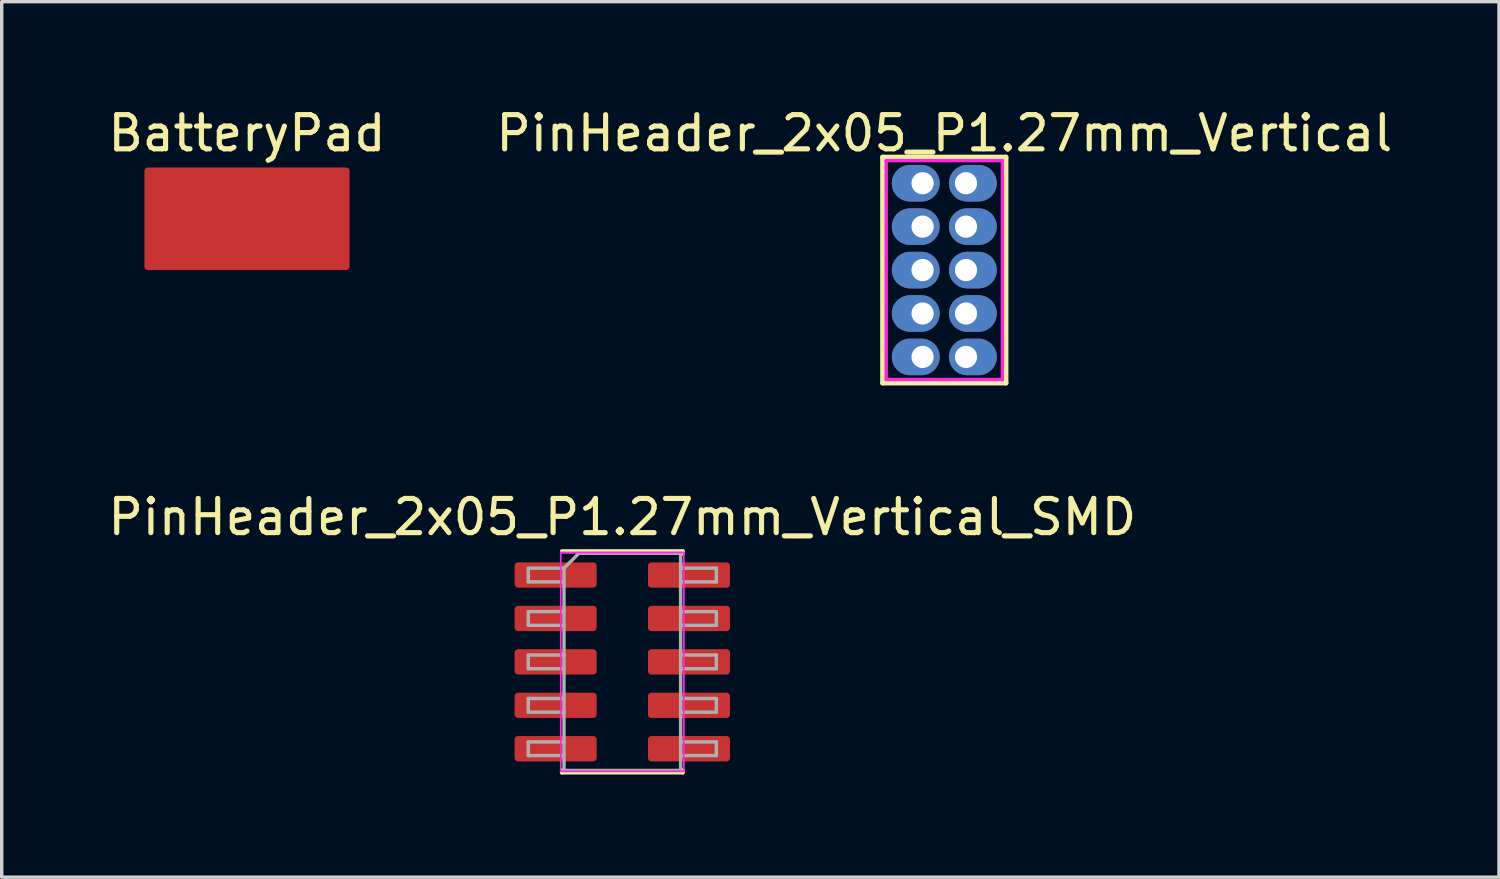
<source format=kicad_pcb>
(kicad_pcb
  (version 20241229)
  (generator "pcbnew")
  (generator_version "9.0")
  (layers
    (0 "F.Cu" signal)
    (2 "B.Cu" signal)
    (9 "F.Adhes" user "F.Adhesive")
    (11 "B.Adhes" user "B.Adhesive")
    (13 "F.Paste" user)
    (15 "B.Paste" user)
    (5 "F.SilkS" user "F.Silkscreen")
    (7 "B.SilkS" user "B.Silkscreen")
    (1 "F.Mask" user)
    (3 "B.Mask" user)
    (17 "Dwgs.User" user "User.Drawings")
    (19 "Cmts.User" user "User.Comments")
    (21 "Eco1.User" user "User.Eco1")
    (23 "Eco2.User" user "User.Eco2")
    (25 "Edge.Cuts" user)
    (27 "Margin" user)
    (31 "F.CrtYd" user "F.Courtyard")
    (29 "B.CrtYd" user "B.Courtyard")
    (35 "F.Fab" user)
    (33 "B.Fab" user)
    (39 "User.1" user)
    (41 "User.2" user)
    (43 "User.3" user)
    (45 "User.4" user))
  (footprint "PinHeader_2x05_P1.27mm_Vertical"
    (layer "F.Cu")
    (at 24.565 4.848)
    (property "Reference" "PinHeader_2x05_P1.27mm_Vertical" (at 0 -4 0) (layer "F.SilkS") (effects (font (size 1 1) (thickness 0.15))))
    (attr through_hole)
    (fp_line (start -1.8 -3.3) (end 1.8 -3.3) (stroke (width 0.15) (type solid)) (layer "F.SilkS"))
    (fp_line (start -1.8 3.3) (end -1.8 -3.3) (stroke (width 0.15) (type solid)) (layer "F.SilkS"))
    (fp_line (start 1.8 -3.3) (end 1.8 3.3) (stroke (width 0.15) (type solid)) (layer "F.SilkS"))
    (fp_line (start 1.8 3.3) (end -1.8 3.3) (stroke (width 0.15) (type solid)) (layer "F.SilkS"))
    (fp_line (start -1.7 -3.2) (end -1.7 3.2) (stroke (width 0.1) (type solid)) (layer "F.CrtYd"))
    (fp_line (start -1.7 3.2) (end 1.7 3.2) (stroke (width 0.1) (type solid)) (layer "F.CrtYd"))
    (fp_line (start 1.7 -3.2) (end -1.7 -3.2) (stroke (width 0.1) (type solid)) (layer "F.CrtYd"))
    (fp_line (start 1.7 3.2) (end 1.7 -3.2) (stroke (width 0.1) (type solid)) (layer "F.CrtYd"))
    (pad "1" thru_hole oval (at -0.635 -2.54) (size 1.4 1.07) (drill 0.65 (offset -0.2 0)) (layers "*.Cu" "*.Mask"))
    (pad "2" thru_hole oval (at 0.635 -2.54) (size 1.4 1.07) (drill 0.65 (offset 0.2 0)) (layers "*.Cu" "*.Mask"))
    (pad "3" thru_hole oval (at -0.635 -1.27) (size 1.4 1.07) (drill 0.65 (offset -0.2 0)) (layers "*.Cu" "*.Mask"))
    (pad "4" thru_hole oval (at 0.635 -1.27) (size 1.4 1.07) (drill 0.65 (offset 0.2 0)) (layers "*.Cu" "*.Mask"))
    (pad "5" thru_hole oval (at -0.635 0) (size 1.4 1.07) (drill 0.65 (offset -0.2 0)) (layers "*.Cu" "*.Mask"))
    (pad "6" thru_hole oval (at 0.635 0) (size 1.4 1.07) (drill 0.65 (offset 0.2 0)) (layers "*.Cu" "*.Mask"))
    (pad "7" thru_hole oval (at -0.635 1.27) (size 1.4 1.07) (drill 0.65 (offset -0.2 0)) (layers "*.Cu" "*.Mask"))
    (pad "8" thru_hole oval (at 0.635 1.27) (size 1.4 1.07) (drill 0.65 (offset 0.2 0)) (layers "*.Cu" "*.Mask"))
    (pad "9" thru_hole oval (at -0.635 2.54) (size 1.4 1.07) (drill 0.65 (offset -0.2 0)) (layers "*.Cu" "*.Mask"))
    (pad "10" thru_hole oval (at 0.635 2.54) (size 1.4 1.07) (drill 0.65 (offset 0.2 0)) (layers "*.Cu" "*.Mask")))
  (footprint "PinHeader_2x05_P1.27mm_Vertical_SMD"
    (layer "F.Cu")
    (at 15.149 16.306)
    (property "Reference" "PinHeader_2x05_P1.27mm_Vertical_SMD" (at 0 -4.235 0) (layer "F.SilkS") (effects (font (size 1 1) (thickness 0.15))))
    (attr smd)
    (fp_line (start -1.765 -3.235) (end 1.765 -3.235) (stroke (width 0.12) (type solid)) (layer "F.SilkS"))
    (fp_line (start -1.765 3.17) (end -1.765 3.235) (stroke (width 0.12) (type solid)) (layer "F.SilkS"))
    (fp_line (start -1.765 3.235) (end 1.765 3.235) (stroke (width 0.12) (type solid)) (layer "F.SilkS"))
    (fp_line (start 1.765 -3.235) (end 1.765 -3.17) (stroke (width 0.12) (type solid)) (layer "F.SilkS"))
    (fp_line (start 1.765 3.17) (end 1.765 3.235) (stroke (width 0.12) (type solid)) (layer "F.SilkS"))
    (fp_line (start -1.8 -3.2) (end -1.8 3.2) (stroke (width 0.05) (type solid)) (layer "F.CrtYd"))
    (fp_line (start -1.8 3.2) (end 1.8 3.2) (stroke (width 0.05) (type solid)) (layer "F.CrtYd"))
    (fp_line (start 1.8 -3.2) (end -1.8 -3.2) (stroke (width 0.05) (type solid)) (layer "F.CrtYd"))
    (fp_line (start 1.8 3.2) (end 1.8 -3.2) (stroke (width 0.05) (type solid)) (layer "F.CrtYd"))
    (fp_line (start -2.75 -2.74) (end -2.75 -2.34) (stroke (width 0.1) (type solid)) (layer "F.Fab"))
    (fp_line (start -2.75 -2.34) (end -1.705 -2.34) (stroke (width 0.1) (type solid)) (layer "F.Fab"))
    (fp_line (start -2.75 -1.47) (end -2.75 -1.07) (stroke (width 0.1) (type solid)) (layer "F.Fab"))
    (fp_line (start -2.75 -1.07) (end -1.705 -1.07) (stroke (width 0.1) (type solid)) (layer "F.Fab"))
    (fp_line (start -2.75 -0.2) (end -2.75 0.2) (stroke (width 0.1) (type solid)) (layer "F.Fab"))
    (fp_line (start -2.75 0.2) (end -1.705 0.2) (stroke (width 0.1) (type solid)) (layer "F.Fab"))
    (fp_line (start -2.75 1.07) (end -2.75 1.47) (stroke (width 0.1) (type solid)) (layer "F.Fab"))
    (fp_line (start -2.75 1.47) (end -1.705 1.47) (stroke (width 0.1) (type solid)) (layer "F.Fab"))
    (fp_line (start -2.75 2.34) (end -2.75 2.74) (stroke (width 0.1) (type solid)) (layer "F.Fab"))
    (fp_line (start -2.75 2.74) (end -1.705 2.74) (stroke (width 0.1) (type solid)) (layer "F.Fab"))
    (fp_line (start -1.705 -2.74) (end -2.75 -2.74) (stroke (width 0.1) (type solid)) (layer "F.Fab"))
    (fp_line (start -1.705 -2.74) (end -1.27 -3.175) (stroke (width 0.1) (type solid)) (layer "F.Fab"))
    (fp_line (start -1.705 -1.47) (end -2.75 -1.47) (stroke (width 0.1) (type solid)) (layer "F.Fab"))
    (fp_line (start -1.705 -0.2) (end -2.75 -0.2) (stroke (width 0.1) (type solid)) (layer "F.Fab"))
    (fp_line (start -1.705 1.07) (end -2.75 1.07) (stroke (width 0.1) (type solid)) (layer "F.Fab"))
    (fp_line (start -1.705 2.34) (end -2.75 2.34) (stroke (width 0.1) (type solid)) (layer "F.Fab"))
    (fp_line (start -1.705 3.175) (end -1.705 -2.74) (stroke (width 0.1) (type solid)) (layer "F.Fab"))
    (fp_line (start -1.27 -3.175) (end 1.705 -3.175) (stroke (width 0.1) (type solid)) (layer "F.Fab"))
    (fp_line (start 1.705 -3.175) (end 1.705 3.175) (stroke (width 0.1) (type solid)) (layer "F.Fab"))
    (fp_line (start 1.705 -2.74) (end 2.75 -2.74) (stroke (width 0.1) (type solid)) (layer "F.Fab"))
    (fp_line (start 1.705 -1.47) (end 2.75 -1.47) (stroke (width 0.1) (type solid)) (layer "F.Fab"))
    (fp_line (start 1.705 -0.2) (end 2.75 -0.2) (stroke (width 0.1) (type solid)) (layer "F.Fab"))
    (fp_line (start 1.705 1.07) (end 2.75 1.07) (stroke (width 0.1) (type solid)) (layer "F.Fab"))
    (fp_line (start 1.705 2.34) (end 2.75 2.34) (stroke (width 0.1) (type solid)) (layer "F.Fab"))
    (fp_line (start 1.705 3.175) (end -1.705 3.175) (stroke (width 0.1) (type solid)) (layer "F.Fab"))
    (fp_line (start 2.75 -2.74) (end 2.75 -2.34) (stroke (width 0.1) (type solid)) (layer "F.Fab"))
    (fp_line (start 2.75 -2.34) (end 1.705 -2.34) (stroke (width 0.1) (type solid)) (layer "F.Fab"))
    (fp_line (start 2.75 -1.47) (end 2.75 -1.07) (stroke (width 0.1) (type solid)) (layer "F.Fab"))
    (fp_line (start 2.75 -1.07) (end 1.705 -1.07) (stroke (width 0.1) (type solid)) (layer "F.Fab"))
    (fp_line (start 2.75 -0.2) (end 2.75 0.2) (stroke (width 0.1) (type solid)) (layer "F.Fab"))
    (fp_line (start 2.75 0.2) (end 1.705 0.2) (stroke (width 0.1) (type solid)) (layer "F.Fab"))
    (fp_line (start 2.75 1.07) (end 2.75 1.47) (stroke (width 0.1) (type solid)) (layer "F.Fab"))
    (fp_line (start 2.75 1.47) (end 1.705 1.47) (stroke (width 0.1) (type solid)) (layer "F.Fab"))
    (fp_line (start 2.75 2.34) (end 2.75 2.74) (stroke (width 0.1) (type solid)) (layer "F.Fab"))
    (fp_line (start 2.75 2.74) (end 1.705 2.74) (stroke (width 0.1) (type solid)) (layer "F.Fab"))
    (pad "1" smd roundrect (at -1.95 -2.54) (size 2.4 0.74) (layers "F.Cu" "F.Mask" "F.Paste") (roundrect_rratio 0.135))
    (pad "2" smd roundrect (at 1.95 -2.54) (size 2.4 0.74) (layers "F.Cu" "F.Mask" "F.Paste") (roundrect_rratio 0.135))
    (pad "3" smd roundrect (at -1.95 -1.27) (size 2.4 0.74) (layers "F.Cu" "F.Mask" "F.Paste") (roundrect_rratio 0.135))
    (pad "4" smd roundrect (at 1.95 -1.27) (size 2.4 0.74) (layers "F.Cu" "F.Mask" "F.Paste") (roundrect_rratio 0.135))
    (pad "5" smd roundrect (at -1.95 0) (size 2.4 0.74) (layers "F.Cu" "F.Mask" "F.Paste") (roundrect_rratio 0.135))
    (pad "6" smd roundrect (at 1.95 0) (size 2.4 0.74) (layers "F.Cu" "F.Mask" "F.Paste") (roundrect_rratio 0.135))
    (pad "7" smd roundrect (at -1.95 1.27) (size 2.4 0.74) (layers "F.Cu" "F.Mask" "F.Paste") (roundrect_rratio 0.135))
    (pad "8" smd roundrect (at 1.95 1.27) (size 2.4 0.74) (layers "F.Cu" "F.Mask" "F.Paste") (roundrect_rratio 0.135))
    (pad "9" smd roundrect (at -1.95 2.54) (size 2.4 0.74) (layers "F.Cu" "F.Mask" "F.Paste") (roundrect_rratio 0.135))
    (pad "10" smd roundrect (at 1.95 2.54) (size 2.4 0.74) (layers "F.Cu" "F.Mask" "F.Paste") (roundrect_rratio 0.135)))
  (footprint "BatteryPad"
    (layer "F.Cu")
    (at 4.173 3.348)
    (property "Reference" "BatteryPad" (at 0 -2.5 0) (layer "F.SilkS") (effects (font (size 1 1) (thickness 0.15))))
    (attr exclude_from_pos_files exclude_from_bom)
    (pad "1" smd roundrect (at 0 0) (size 6 3) (layers "F.Cu" "F.Mask") (roundrect_rratio 0.033)))
  (gr_rect
    (start -3 -3)
    (end 40.786 22.602)
    (stroke (width 0.1) (type default))
    (fill no)
    (layer "Edge.Cuts")))
</source>
